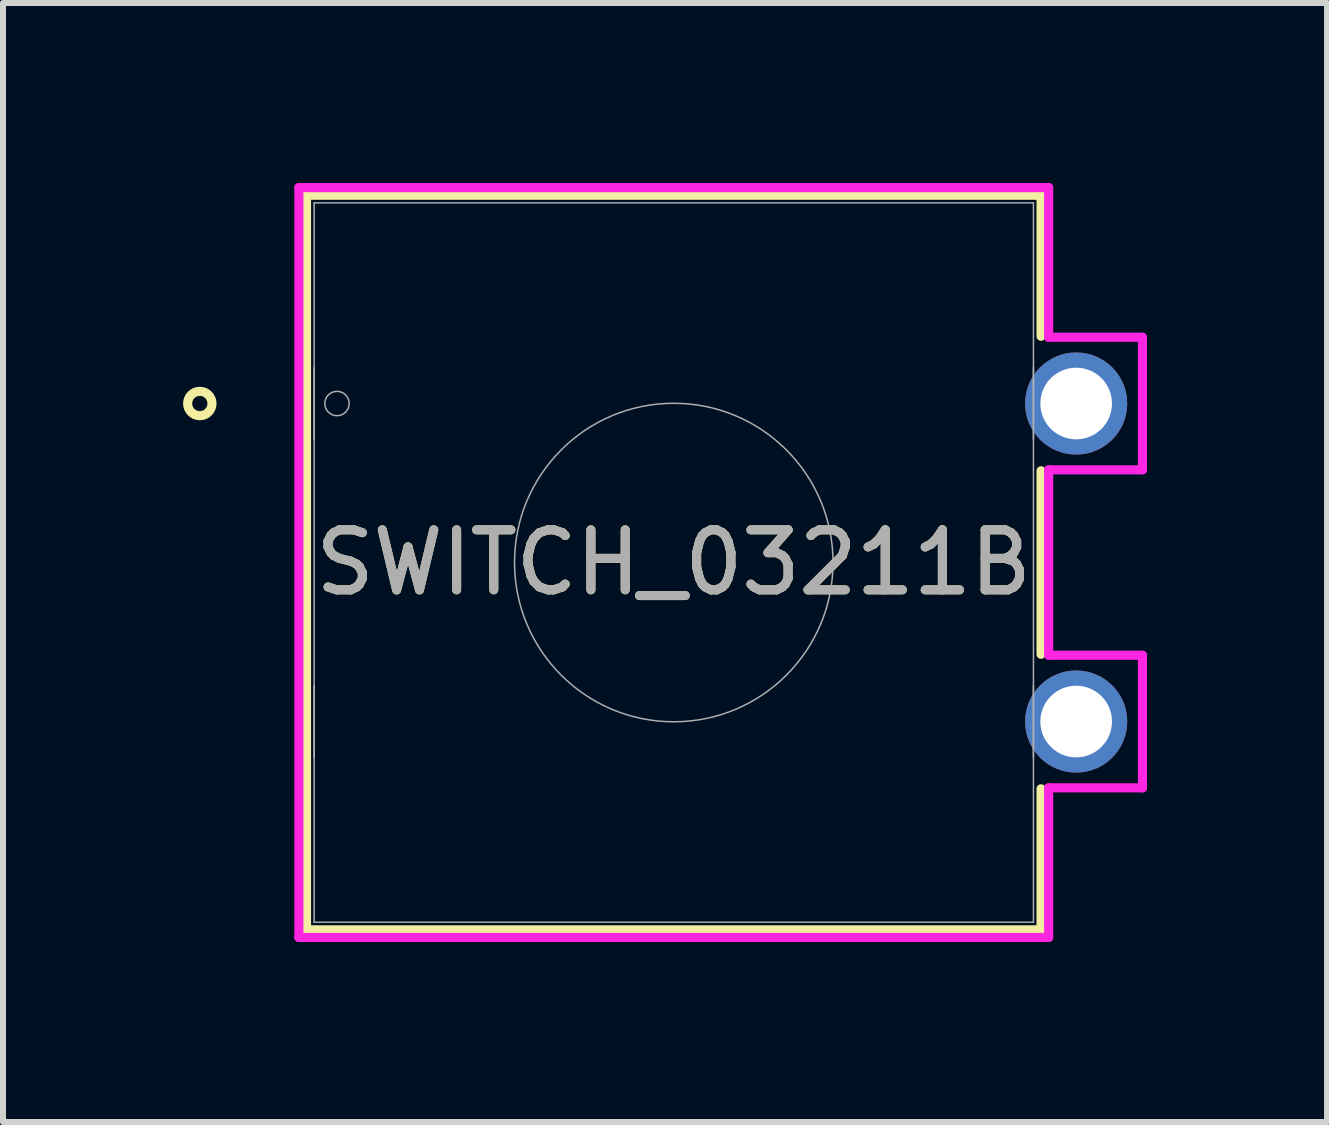
<source format=kicad_pcb>
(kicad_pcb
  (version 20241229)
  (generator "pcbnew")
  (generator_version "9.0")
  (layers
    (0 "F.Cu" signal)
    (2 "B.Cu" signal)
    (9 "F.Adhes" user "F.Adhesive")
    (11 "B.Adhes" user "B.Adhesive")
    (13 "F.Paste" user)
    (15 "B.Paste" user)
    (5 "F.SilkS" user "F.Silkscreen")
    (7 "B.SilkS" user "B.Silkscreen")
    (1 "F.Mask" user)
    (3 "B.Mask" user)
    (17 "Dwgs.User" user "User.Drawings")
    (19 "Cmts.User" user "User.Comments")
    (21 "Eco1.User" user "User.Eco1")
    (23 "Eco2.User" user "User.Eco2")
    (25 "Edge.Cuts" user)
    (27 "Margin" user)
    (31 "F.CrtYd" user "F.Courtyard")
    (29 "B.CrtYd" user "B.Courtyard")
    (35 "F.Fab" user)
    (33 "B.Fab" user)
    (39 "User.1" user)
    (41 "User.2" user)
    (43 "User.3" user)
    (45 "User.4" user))
  (footprint "SWITCH_03211B"
    (layer "F.Cu")
    (at 14.885 3.675)
    (property "Reference" "SWITCH_03211B" (at -6.706 2.65 0) (unlocked yes) (layer "F.SilkS") (effects (font (size 1 1) (thickness 0.15))))
    (attr through_hole)
    (fp_line (start -12.827 -3.471) (end -12.827 1.121) (stroke (width 0.152) (type solid)) (layer "F.SilkS"))
    (fp_line (start -12.827 1.121) (end -12.827 6.421) (stroke (width 0.152) (type solid)) (layer "F.SilkS"))
    (fp_line (start -12.827 6.421) (end -12.827 8.771) (stroke (width 0.152) (type solid)) (layer "F.SilkS"))
    (fp_line (start -12.827 8.771) (end -0.585 8.771) (stroke (width 0.152) (type solid)) (layer "F.SilkS"))
    (fp_line (start -0.585 -3.471) (end -12.827 -3.471) (stroke (width 0.152) (type solid)) (layer "F.SilkS"))
    (fp_line (start -0.585 -1.121) (end -0.585 -3.471) (stroke (width 0.152) (type solid)) (layer "F.SilkS"))
    (fp_line (start -0.585 4.179) (end -0.585 1.121) (stroke (width 0.152) (type solid)) (layer "F.SilkS"))
    (fp_line (start -0.585 8.771) (end -0.585 6.421) (stroke (width 0.152) (type solid)) (layer "F.SilkS"))
    (fp_circle (center -14.605 0) (end -14.402 0) (stroke (width 0.152) (type solid)) (fill no) (layer "F.SilkS"))
    (fp_line (start -12.954 -3.598) (end -12.954 8.898) (stroke (width 0.152) (type solid)) (layer "F.CrtYd"))
    (fp_line (start -12.954 8.898) (end -0.458 8.898) (stroke (width 0.152) (type solid)) (layer "F.CrtYd"))
    (fp_line (start -0.458 -3.598) (end -12.954 -3.598) (stroke (width 0.152) (type solid)) (layer "F.CrtYd"))
    (fp_line (start -0.458 -1.105) (end -0.458 -3.598) (stroke (width 0.152) (type solid)) (layer "F.CrtYd"))
    (fp_line (start -0.458 1.105) (end 1.105 1.105) (stroke (width 0.152) (type solid)) (layer "F.CrtYd"))
    (fp_line (start -0.458 4.195) (end -0.458 1.105) (stroke (width 0.152) (type solid)) (layer "F.CrtYd"))
    (fp_line (start -0.458 6.405) (end 1.105 6.405) (stroke (width 0.152) (type solid)) (layer "F.CrtYd"))
    (fp_line (start -0.458 8.898) (end -0.458 6.405) (stroke (width 0.152) (type solid)) (layer "F.CrtYd"))
    (fp_line (start 1.105 -1.105) (end -0.458 -1.105) (stroke (width 0.152) (type solid)) (layer "F.CrtYd"))
    (fp_line (start 1.105 1.105) (end 1.105 -1.105) (stroke (width 0.152) (type solid)) (layer "F.CrtYd"))
    (fp_line (start 1.105 4.195) (end -0.458 4.195) (stroke (width 0.152) (type solid)) (layer "F.CrtYd"))
    (fp_line (start 1.105 6.405) (end 1.105 4.195) (stroke (width 0.152) (type solid)) (layer "F.CrtYd"))
    (fp_line (start -12.7 -3.344) (end -12.7 8.644) (stroke (width 0.025) (type solid)) (layer "F.Fab"))
    (fp_line (start -12.7 0.597) (end -12.7 -0.597) (stroke (width 0.025) (type solid)) (layer "F.Fab"))
    (fp_line (start -12.7 5.897) (end -12.7 4.703) (stroke (width 0.025) (type solid)) (layer "F.Fab"))
    (fp_line (start -12.7 8.644) (end -0.712 8.644) (stroke (width 0.025) (type solid)) (layer "F.Fab"))
    (fp_line (start -0.712 -3.344) (end -12.7 -3.344) (stroke (width 0.025) (type solid)) (layer "F.Fab"))
    (fp_line (start -0.712 -0.597) (end -0.712 0.597) (stroke (width 0.025) (type solid)) (layer "F.Fab"))
    (fp_line (start -0.712 4.703) (end -0.712 5.897) (stroke (width 0.025) (type solid)) (layer "F.Fab"))
    (fp_line (start -0.712 8.644) (end -0.712 -3.344) (stroke (width 0.025) (type solid)) (layer "F.Fab"))
    (fp_line (start -0.254 0) (end 0.254 0) (stroke (width 0.152) (type solid)) (layer "F.Fab"))
    (fp_line (start 0 0.254) (end 0 -0.254) (stroke (width 0.152) (type solid)) (layer "F.Fab"))
    (fp_circle (center -12.319 0) (end -12.116 0) (stroke (width 0.025) (type solid)) (fill no) (layer "F.Fab"))
    (fp_circle (center -6.706 2.65) (end -4.052 2.65) (stroke (width 0.025) (type solid)) (fill no) (layer "F.Fab"))
    (fp_text user "${REFERENCE}" (at -6.706 2.65 0) (unlocked yes) (layer "F.Fab") (effects (font (size 1 1) (thickness 0.15))))
    (pad "1" thru_hole circle (at 0 0) (size 1.702 1.702) (drill 1.194) (layers "*.Cu" "*.Mask"))
    (pad "6" thru_hole circle (at 0 5.3) (size 1.702 1.702) (drill 1.194) (layers "*.Cu" "*.Mask")))
  (gr_rect
    (start -3 -3)
    (end 19.066 15.649)
    (stroke (width 0.1) (type default))
    (fill no)
    (layer "Edge.Cuts")))
</source>
